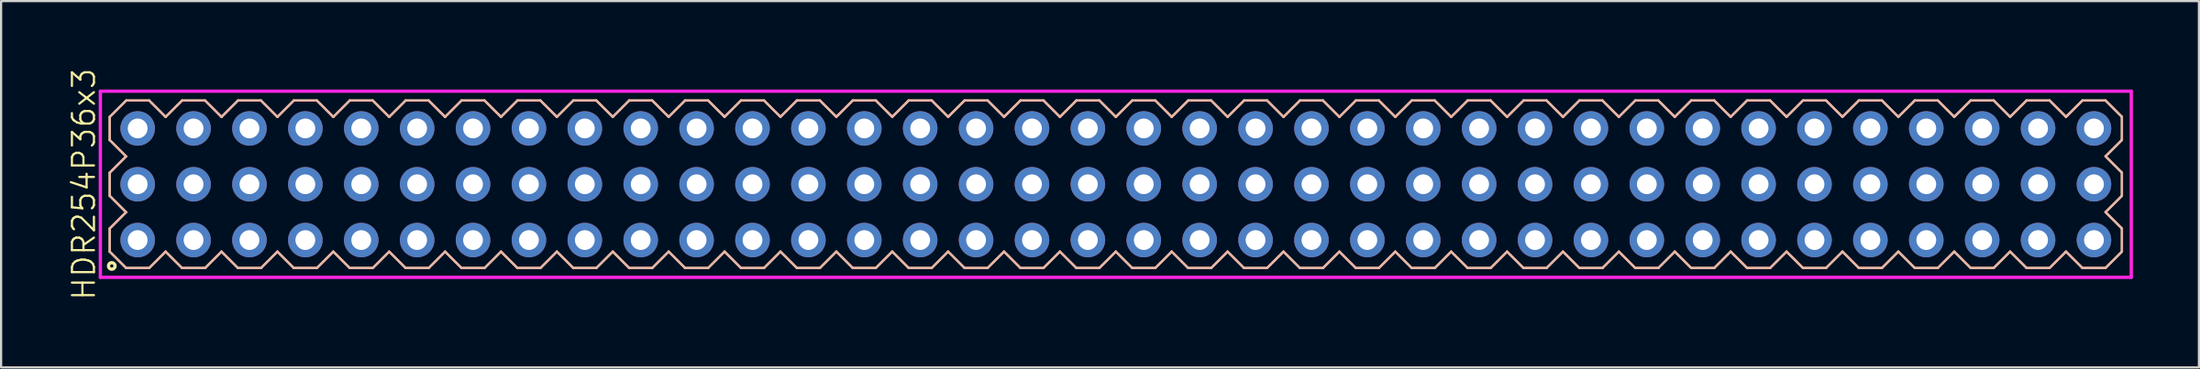
<source format=kicad_pcb>
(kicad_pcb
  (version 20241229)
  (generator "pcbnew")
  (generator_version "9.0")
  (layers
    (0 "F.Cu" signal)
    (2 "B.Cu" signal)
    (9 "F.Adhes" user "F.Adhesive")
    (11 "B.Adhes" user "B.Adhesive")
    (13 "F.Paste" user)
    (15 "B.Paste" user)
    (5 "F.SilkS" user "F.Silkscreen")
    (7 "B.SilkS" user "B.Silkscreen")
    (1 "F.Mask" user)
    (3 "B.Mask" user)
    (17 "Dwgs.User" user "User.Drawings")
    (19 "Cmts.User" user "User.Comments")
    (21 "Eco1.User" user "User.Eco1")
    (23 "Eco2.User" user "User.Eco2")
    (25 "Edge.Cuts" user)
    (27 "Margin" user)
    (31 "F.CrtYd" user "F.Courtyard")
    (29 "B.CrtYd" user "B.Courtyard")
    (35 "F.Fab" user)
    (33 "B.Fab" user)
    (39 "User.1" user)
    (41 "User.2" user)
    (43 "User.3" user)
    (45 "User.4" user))
  (footprint "HDR254P36x3"
    (layer "F.Cu")
    (at 47.656 5.336)
    (property "Reference" "HDR254P36x3" (at -46.895 0 90) (layer "F.SilkS") (effects (font (size 1 1) (thickness 0.1))))
    (attr through_hole)
    (fp_line (start -45.72 -3.066) (end -44.976 -3.81) (stroke (width 0.1) (type solid)) (layer "F.SilkS"))
    (fp_line (start -45.72 -2.014) (end -45.72 -3.066) (stroke (width 0.1) (type solid)) (layer "F.SilkS"))
    (fp_line (start -45.72 -0.526) (end -44.976 -1.27) (stroke (width 0.1) (type solid)) (layer "F.SilkS"))
    (fp_line (start -45.72 0.526) (end -45.72 -0.526) (stroke (width 0.1) (type solid)) (layer "F.SilkS"))
    (fp_line (start -45.72 2.014) (end -44.976 1.27) (stroke (width 0.1) (type solid)) (layer "F.SilkS"))
    (fp_line (start -45.72 3.066) (end -45.72 2.014) (stroke (width 0.1) (type solid)) (layer "F.SilkS"))
    (fp_line (start -44.976 -3.81) (end -43.924 -3.81) (stroke (width 0.1) (type solid)) (layer "F.SilkS"))
    (fp_line (start -44.976 -1.27) (end -45.72 -2.014) (stroke (width 0.1) (type solid)) (layer "F.SilkS"))
    (fp_line (start -44.976 1.27) (end -45.72 0.526) (stroke (width 0.1) (type solid)) (layer "F.SilkS"))
    (fp_line (start -44.976 3.81) (end -45.72 3.066) (stroke (width 0.1) (type solid)) (layer "F.SilkS"))
    (fp_line (start -43.924 -3.81) (end -43.18 -3.066) (stroke (width 0.1) (type solid)) (layer "F.SilkS"))
    (fp_line (start -43.924 3.81) (end -44.976 3.81) (stroke (width 0.1) (type solid)) (layer "F.SilkS"))
    (fp_line (start -43.18 -3.066) (end -42.436 -3.81) (stroke (width 0.1) (type solid)) (layer "F.SilkS"))
    (fp_line (start -43.18 3.066) (end -43.924 3.81) (stroke (width 0.1) (type solid)) (layer "F.SilkS"))
    (fp_line (start -42.436 -3.81) (end -41.384 -3.81) (stroke (width 0.1) (type solid)) (layer "F.SilkS"))
    (fp_line (start -42.436 3.81) (end -43.18 3.066) (stroke (width 0.1) (type solid)) (layer "F.SilkS"))
    (fp_line (start -41.384 -3.81) (end -40.64 -3.066) (stroke (width 0.1) (type solid)) (layer "F.SilkS"))
    (fp_line (start -41.384 3.81) (end -42.436 3.81) (stroke (width 0.1) (type solid)) (layer "F.SilkS"))
    (fp_line (start -40.64 -3.066) (end -39.896 -3.81) (stroke (width 0.1) (type solid)) (layer "F.SilkS"))
    (fp_line (start -40.64 3.066) (end -41.384 3.81) (stroke (width 0.1) (type solid)) (layer "F.SilkS"))
    (fp_line (start -39.896 -3.81) (end -38.844 -3.81) (stroke (width 0.1) (type solid)) (layer "F.SilkS"))
    (fp_line (start -39.896 3.81) (end -40.64 3.066) (stroke (width 0.1) (type solid)) (layer "F.SilkS"))
    (fp_line (start -38.844 -3.81) (end -38.1 -3.066) (stroke (width 0.1) (type solid)) (layer "F.SilkS"))
    (fp_line (start -38.844 3.81) (end -39.896 3.81) (stroke (width 0.1) (type solid)) (layer "F.SilkS"))
    (fp_line (start -38.1 -3.066) (end -37.356 -3.81) (stroke (width 0.1) (type solid)) (layer "F.SilkS"))
    (fp_line (start -38.1 3.066) (end -38.844 3.81) (stroke (width 0.1) (type solid)) (layer "F.SilkS"))
    (fp_line (start -37.356 -3.81) (end -36.304 -3.81) (stroke (width 0.1) (type solid)) (layer "F.SilkS"))
    (fp_line (start -37.356 3.81) (end -38.1 3.066) (stroke (width 0.1) (type solid)) (layer "F.SilkS"))
    (fp_line (start -36.304 -3.81) (end -35.56 -3.066) (stroke (width 0.1) (type solid)) (layer "F.SilkS"))
    (fp_line (start -36.304 3.81) (end -37.356 3.81) (stroke (width 0.1) (type solid)) (layer "F.SilkS"))
    (fp_line (start -35.56 -3.066) (end -34.816 -3.81) (stroke (width 0.1) (type solid)) (layer "F.SilkS"))
    (fp_line (start -35.56 3.066) (end -36.304 3.81) (stroke (width 0.1) (type solid)) (layer "F.SilkS"))
    (fp_line (start -34.816 -3.81) (end -33.764 -3.81) (stroke (width 0.1) (type solid)) (layer "F.SilkS"))
    (fp_line (start -34.816 3.81) (end -35.56 3.066) (stroke (width 0.1) (type solid)) (layer "F.SilkS"))
    (fp_line (start -33.764 -3.81) (end -33.02 -3.066) (stroke (width 0.1) (type solid)) (layer "F.SilkS"))
    (fp_line (start -33.764 3.81) (end -34.816 3.81) (stroke (width 0.1) (type solid)) (layer "F.SilkS"))
    (fp_line (start -33.02 -3.066) (end -32.276 -3.81) (stroke (width 0.1) (type solid)) (layer "F.SilkS"))
    (fp_line (start -33.02 3.066) (end -33.764 3.81) (stroke (width 0.1) (type solid)) (layer "F.SilkS"))
    (fp_line (start -32.276 -3.81) (end -31.224 -3.81) (stroke (width 0.1) (type solid)) (layer "F.SilkS"))
    (fp_line (start -32.276 3.81) (end -33.02 3.066) (stroke (width 0.1) (type solid)) (layer "F.SilkS"))
    (fp_line (start -31.224 -3.81) (end -30.48 -3.066) (stroke (width 0.1) (type solid)) (layer "F.SilkS"))
    (fp_line (start -31.224 3.81) (end -32.276 3.81) (stroke (width 0.1) (type solid)) (layer "F.SilkS"))
    (fp_line (start -30.48 -3.066) (end -29.736 -3.81) (stroke (width 0.1) (type solid)) (layer "F.SilkS"))
    (fp_line (start -30.48 3.066) (end -31.224 3.81) (stroke (width 0.1) (type solid)) (layer "F.SilkS"))
    (fp_line (start -29.736 -3.81) (end -28.684 -3.81) (stroke (width 0.1) (type solid)) (layer "F.SilkS"))
    (fp_line (start -29.736 3.81) (end -30.48 3.066) (stroke (width 0.1) (type solid)) (layer "F.SilkS"))
    (fp_line (start -28.684 -3.81) (end -27.94 -3.066) (stroke (width 0.1) (type solid)) (layer "F.SilkS"))
    (fp_line (start -28.684 3.81) (end -29.736 3.81) (stroke (width 0.1) (type solid)) (layer "F.SilkS"))
    (fp_line (start -27.94 -3.066) (end -27.196 -3.81) (stroke (width 0.1) (type solid)) (layer "F.SilkS"))
    (fp_line (start -27.94 3.066) (end -28.684 3.81) (stroke (width 0.1) (type solid)) (layer "F.SilkS"))
    (fp_line (start -27.196 -3.81) (end -26.144 -3.81) (stroke (width 0.1) (type solid)) (layer "F.SilkS"))
    (fp_line (start -27.196 3.81) (end -27.94 3.066) (stroke (width 0.1) (type solid)) (layer "F.SilkS"))
    (fp_line (start -26.144 -3.81) (end -25.4 -3.066) (stroke (width 0.1) (type solid)) (layer "F.SilkS"))
    (fp_line (start -26.144 3.81) (end -27.196 3.81) (stroke (width 0.1) (type solid)) (layer "F.SilkS"))
    (fp_line (start -25.4 -3.066) (end -24.656 -3.81) (stroke (width 0.1) (type solid)) (layer "F.SilkS"))
    (fp_line (start -25.4 3.066) (end -26.144 3.81) (stroke (width 0.1) (type solid)) (layer "F.SilkS"))
    (fp_line (start -24.656 -3.81) (end -23.604 -3.81) (stroke (width 0.1) (type solid)) (layer "F.SilkS"))
    (fp_line (start -24.656 3.81) (end -25.4 3.066) (stroke (width 0.1) (type solid)) (layer "F.SilkS"))
    (fp_line (start -23.604 -3.81) (end -22.86 -3.066) (stroke (width 0.1) (type solid)) (layer "F.SilkS"))
    (fp_line (start -23.604 3.81) (end -24.656 3.81) (stroke (width 0.1) (type solid)) (layer "F.SilkS"))
    (fp_line (start -22.86 -3.066) (end -22.116 -3.81) (stroke (width 0.1) (type solid)) (layer "F.SilkS"))
    (fp_line (start -22.86 3.066) (end -23.604 3.81) (stroke (width 0.1) (type solid)) (layer "F.SilkS"))
    (fp_line (start -22.116 -3.81) (end -21.064 -3.81) (stroke (width 0.1) (type solid)) (layer "F.SilkS"))
    (fp_line (start -22.116 3.81) (end -22.86 3.066) (stroke (width 0.1) (type solid)) (layer "F.SilkS"))
    (fp_line (start -21.064 -3.81) (end -20.32 -3.066) (stroke (width 0.1) (type solid)) (layer "F.SilkS"))
    (fp_line (start -21.064 3.81) (end -22.116 3.81) (stroke (width 0.1) (type solid)) (layer "F.SilkS"))
    (fp_line (start -20.32 -3.066) (end -19.576 -3.81) (stroke (width 0.1) (type solid)) (layer "F.SilkS"))
    (fp_line (start -20.32 3.066) (end -21.064 3.81) (stroke (width 0.1) (type solid)) (layer "F.SilkS"))
    (fp_line (start -19.576 -3.81) (end -18.524 -3.81) (stroke (width 0.1) (type solid)) (layer "F.SilkS"))
    (fp_line (start -19.576 3.81) (end -20.32 3.066) (stroke (width 0.1) (type solid)) (layer "F.SilkS"))
    (fp_line (start -18.524 -3.81) (end -17.78 -3.066) (stroke (width 0.1) (type solid)) (layer "F.SilkS"))
    (fp_line (start -18.524 3.81) (end -19.576 3.81) (stroke (width 0.1) (type solid)) (layer "F.SilkS"))
    (fp_line (start -17.78 -3.066) (end -17.036 -3.81) (stroke (width 0.1) (type solid)) (layer "F.SilkS"))
    (fp_line (start -17.78 3.066) (end -18.524 3.81) (stroke (width 0.1) (type solid)) (layer "F.SilkS"))
    (fp_line (start -17.036 -3.81) (end -15.984 -3.81) (stroke (width 0.1) (type solid)) (layer "F.SilkS"))
    (fp_line (start -17.036 3.81) (end -17.78 3.066) (stroke (width 0.1) (type solid)) (layer "F.SilkS"))
    (fp_line (start -15.984 -3.81) (end -15.24 -3.066) (stroke (width 0.1) (type solid)) (layer "F.SilkS"))
    (fp_line (start -15.984 3.81) (end -17.036 3.81) (stroke (width 0.1) (type solid)) (layer "F.SilkS"))
    (fp_line (start -15.24 -3.066) (end -14.496 -3.81) (stroke (width 0.1) (type solid)) (layer "F.SilkS"))
    (fp_line (start -15.24 3.066) (end -15.984 3.81) (stroke (width 0.1) (type solid)) (layer "F.SilkS"))
    (fp_line (start -14.496 -3.81) (end -13.444 -3.81) (stroke (width 0.1) (type solid)) (layer "F.SilkS"))
    (fp_line (start -14.496 3.81) (end -15.24 3.066) (stroke (width 0.1) (type solid)) (layer "F.SilkS"))
    (fp_line (start -13.444 -3.81) (end -12.7 -3.066) (stroke (width 0.1) (type solid)) (layer "F.SilkS"))
    (fp_line (start -13.444 3.81) (end -14.496 3.81) (stroke (width 0.1) (type solid)) (layer "F.SilkS"))
    (fp_line (start -12.7 -3.066) (end -11.956 -3.81) (stroke (width 0.1) (type solid)) (layer "F.SilkS"))
    (fp_line (start -12.7 3.066) (end -13.444 3.81) (stroke (width 0.1) (type solid)) (layer "F.SilkS"))
    (fp_line (start -11.956 -3.81) (end -10.904 -3.81) (stroke (width 0.1) (type solid)) (layer "F.SilkS"))
    (fp_line (start -11.956 3.81) (end -12.7 3.066) (stroke (width 0.1) (type solid)) (layer "F.SilkS"))
    (fp_line (start -10.904 -3.81) (end -10.16 -3.066) (stroke (width 0.1) (type solid)) (layer "F.SilkS"))
    (fp_line (start -10.904 3.81) (end -11.956 3.81) (stroke (width 0.1) (type solid)) (layer "F.SilkS"))
    (fp_line (start -10.16 -3.066) (end -9.416 -3.81) (stroke (width 0.1) (type solid)) (layer "F.SilkS"))
    (fp_line (start -10.16 3.066) (end -10.904 3.81) (stroke (width 0.1) (type solid)) (layer "F.SilkS"))
    (fp_line (start -9.416 -3.81) (end -8.364 -3.81) (stroke (width 0.1) (type solid)) (layer "F.SilkS"))
    (fp_line (start -9.416 3.81) (end -10.16 3.066) (stroke (width 0.1) (type solid)) (layer "F.SilkS"))
    (fp_line (start -8.364 -3.81) (end -7.62 -3.066) (stroke (width 0.1) (type solid)) (layer "F.SilkS"))
    (fp_line (start -8.364 3.81) (end -9.416 3.81) (stroke (width 0.1) (type solid)) (layer "F.SilkS"))
    (fp_line (start -7.62 -3.066) (end -6.876 -3.81) (stroke (width 0.1) (type solid)) (layer "F.SilkS"))
    (fp_line (start -7.62 3.066) (end -8.364 3.81) (stroke (width 0.1) (type solid)) (layer "F.SilkS"))
    (fp_line (start -6.876 -3.81) (end -5.824 -3.81) (stroke (width 0.1) (type solid)) (layer "F.SilkS"))
    (fp_line (start -6.876 3.81) (end -7.62 3.066) (stroke (width 0.1) (type solid)) (layer "F.SilkS"))
    (fp_line (start -5.824 -3.81) (end -5.08 -3.066) (stroke (width 0.1) (type solid)) (layer "F.SilkS"))
    (fp_line (start -5.824 3.81) (end -6.876 3.81) (stroke (width 0.1) (type solid)) (layer "F.SilkS"))
    (fp_line (start -5.08 -3.066) (end -4.336 -3.81) (stroke (width 0.1) (type solid)) (layer "F.SilkS"))
    (fp_line (start -5.08 3.066) (end -5.824 3.81) (stroke (width 0.1) (type solid)) (layer "F.SilkS"))
    (fp_line (start -4.336 -3.81) (end -3.284 -3.81) (stroke (width 0.1) (type solid)) (layer "F.SilkS"))
    (fp_line (start -4.336 3.81) (end -5.08 3.066) (stroke (width 0.1) (type solid)) (layer "F.SilkS"))
    (fp_line (start -3.284 -3.81) (end -2.54 -3.066) (stroke (width 0.1) (type solid)) (layer "F.SilkS"))
    (fp_line (start -3.284 3.81) (end -4.336 3.81) (stroke (width 0.1) (type solid)) (layer "F.SilkS"))
    (fp_line (start -2.54 -3.066) (end -1.796 -3.81) (stroke (width 0.1) (type solid)) (layer "F.SilkS"))
    (fp_line (start -2.54 3.066) (end -3.284 3.81) (stroke (width 0.1) (type solid)) (layer "F.SilkS"))
    (fp_line (start -1.796 -3.81) (end -0.744 -3.81) (stroke (width 0.1) (type solid)) (layer "F.SilkS"))
    (fp_line (start -1.796 3.81) (end -2.54 3.066) (stroke (width 0.1) (type solid)) (layer "F.SilkS"))
    (fp_line (start -0.744 -3.81) (end 0 -3.066) (stroke (width 0.1) (type solid)) (layer "F.SilkS"))
    (fp_line (start -0.744 3.81) (end -1.796 3.81) (stroke (width 0.1) (type solid)) (layer "F.SilkS"))
    (fp_line (start 0 -3.066) (end 0.744 -3.81) (stroke (width 0.1) (type solid)) (layer "F.SilkS"))
    (fp_line (start 0 3.066) (end -0.744 3.81) (stroke (width 0.1) (type solid)) (layer "F.SilkS"))
    (fp_line (start 0.744 -3.81) (end 1.796 -3.81) (stroke (width 0.1) (type solid)) (layer "F.SilkS"))
    (fp_line (start 0.744 3.81) (end 0 3.066) (stroke (width 0.1) (type solid)) (layer "F.SilkS"))
    (fp_line (start 1.796 -3.81) (end 2.54 -3.066) (stroke (width 0.1) (type solid)) (layer "F.SilkS"))
    (fp_line (start 1.796 3.81) (end 0.744 3.81) (stroke (width 0.1) (type solid)) (layer "F.SilkS"))
    (fp_line (start 2.54 -3.066) (end 3.284 -3.81) (stroke (width 0.1) (type solid)) (layer "F.SilkS"))
    (fp_line (start 2.54 3.066) (end 1.796 3.81) (stroke (width 0.1) (type solid)) (layer "F.SilkS"))
    (fp_line (start 3.284 -3.81) (end 4.336 -3.81) (stroke (width 0.1) (type solid)) (layer "F.SilkS"))
    (fp_line (start 3.284 3.81) (end 2.54 3.066) (stroke (width 0.1) (type solid)) (layer "F.SilkS"))
    (fp_line (start 4.336 -3.81) (end 5.08 -3.066) (stroke (width 0.1) (type solid)) (layer "F.SilkS"))
    (fp_line (start 4.336 3.81) (end 3.284 3.81) (stroke (width 0.1) (type solid)) (layer "F.SilkS"))
    (fp_line (start 5.08 -3.066) (end 5.824 -3.81) (stroke (width 0.1) (type solid)) (layer "F.SilkS"))
    (fp_line (start 5.08 3.066) (end 4.336 3.81) (stroke (width 0.1) (type solid)) (layer "F.SilkS"))
    (fp_line (start 5.824 -3.81) (end 6.876 -3.81) (stroke (width 0.1) (type solid)) (layer "F.SilkS"))
    (fp_line (start 5.824 3.81) (end 5.08 3.066) (stroke (width 0.1) (type solid)) (layer "F.SilkS"))
    (fp_line (start 6.876 -3.81) (end 7.62 -3.066) (stroke (width 0.1) (type solid)) (layer "F.SilkS"))
    (fp_line (start 6.876 3.81) (end 5.824 3.81) (stroke (width 0.1) (type solid)) (layer "F.SilkS"))
    (fp_line (start 7.62 -3.066) (end 8.364 -3.81) (stroke (width 0.1) (type solid)) (layer "F.SilkS"))
    (fp_line (start 7.62 3.066) (end 6.876 3.81) (stroke (width 0.1) (type solid)) (layer "F.SilkS"))
    (fp_line (start 8.364 -3.81) (end 9.416 -3.81) (stroke (width 0.1) (type solid)) (layer "F.SilkS"))
    (fp_line (start 8.364 3.81) (end 7.62 3.066) (stroke (width 0.1) (type solid)) (layer "F.SilkS"))
    (fp_line (start 9.416 -3.81) (end 10.16 -3.066) (stroke (width 0.1) (type solid)) (layer "F.SilkS"))
    (fp_line (start 9.416 3.81) (end 8.364 3.81) (stroke (width 0.1) (type solid)) (layer "F.SilkS"))
    (fp_line (start 10.16 -3.066) (end 10.904 -3.81) (stroke (width 0.1) (type solid)) (layer "F.SilkS"))
    (fp_line (start 10.16 3.066) (end 9.416 3.81) (stroke (width 0.1) (type solid)) (layer "F.SilkS"))
    (fp_line (start 10.904 -3.81) (end 11.956 -3.81) (stroke (width 0.1) (type solid)) (layer "F.SilkS"))
    (fp_line (start 10.904 3.81) (end 10.16 3.066) (stroke (width 0.1) (type solid)) (layer "F.SilkS"))
    (fp_line (start 11.956 -3.81) (end 12.7 -3.066) (stroke (width 0.1) (type solid)) (layer "F.SilkS"))
    (fp_line (start 11.956 3.81) (end 10.904 3.81) (stroke (width 0.1) (type solid)) (layer "F.SilkS"))
    (fp_line (start 12.7 -3.066) (end 13.444 -3.81) (stroke (width 0.1) (type solid)) (layer "F.SilkS"))
    (fp_line (start 12.7 3.066) (end 11.956 3.81) (stroke (width 0.1) (type solid)) (layer "F.SilkS"))
    (fp_line (start 13.444 -3.81) (end 14.496 -3.81) (stroke (width 0.1) (type solid)) (layer "F.SilkS"))
    (fp_line (start 13.444 3.81) (end 12.7 3.066) (stroke (width 0.1) (type solid)) (layer "F.SilkS"))
    (fp_line (start 14.496 -3.81) (end 15.24 -3.066) (stroke (width 0.1) (type solid)) (layer "F.SilkS"))
    (fp_line (start 14.496 3.81) (end 13.444 3.81) (stroke (width 0.1) (type solid)) (layer "F.SilkS"))
    (fp_line (start 15.24 -3.066) (end 15.984 -3.81) (stroke (width 0.1) (type solid)) (layer "F.SilkS"))
    (fp_line (start 15.24 3.066) (end 14.496 3.81) (stroke (width 0.1) (type solid)) (layer "F.SilkS"))
    (fp_line (start 15.984 -3.81) (end 17.036 -3.81) (stroke (width 0.1) (type solid)) (layer "F.SilkS"))
    (fp_line (start 15.984 3.81) (end 15.24 3.066) (stroke (width 0.1) (type solid)) (layer "F.SilkS"))
    (fp_line (start 17.036 -3.81) (end 17.78 -3.066) (stroke (width 0.1) (type solid)) (layer "F.SilkS"))
    (fp_line (start 17.036 3.81) (end 15.984 3.81) (stroke (width 0.1) (type solid)) (layer "F.SilkS"))
    (fp_line (start 17.78 -3.066) (end 18.524 -3.81) (stroke (width 0.1) (type solid)) (layer "F.SilkS"))
    (fp_line (start 17.78 3.066) (end 17.036 3.81) (stroke (width 0.1) (type solid)) (layer "F.SilkS"))
    (fp_line (start 18.524 -3.81) (end 19.576 -3.81) (stroke (width 0.1) (type solid)) (layer "F.SilkS"))
    (fp_line (start 18.524 3.81) (end 17.78 3.066) (stroke (width 0.1) (type solid)) (layer "F.SilkS"))
    (fp_line (start 19.576 -3.81) (end 20.32 -3.066) (stroke (width 0.1) (type solid)) (layer "F.SilkS"))
    (fp_line (start 19.576 3.81) (end 18.524 3.81) (stroke (width 0.1) (type solid)) (layer "F.SilkS"))
    (fp_line (start 20.32 -3.066) (end 21.064 -3.81) (stroke (width 0.1) (type solid)) (layer "F.SilkS"))
    (fp_line (start 20.32 3.066) (end 19.576 3.81) (stroke (width 0.1) (type solid)) (layer "F.SilkS"))
    (fp_line (start 21.064 -3.81) (end 22.116 -3.81) (stroke (width 0.1) (type solid)) (layer "F.SilkS"))
    (fp_line (start 21.064 3.81) (end 20.32 3.066) (stroke (width 0.1) (type solid)) (layer "F.SilkS"))
    (fp_line (start 22.116 -3.81) (end 22.86 -3.066) (stroke (width 0.1) (type solid)) (layer "F.SilkS"))
    (fp_line (start 22.116 3.81) (end 21.064 3.81) (stroke (width 0.1) (type solid)) (layer "F.SilkS"))
    (fp_line (start 22.86 -3.066) (end 23.604 -3.81) (stroke (width 0.1) (type solid)) (layer "F.SilkS"))
    (fp_line (start 22.86 3.066) (end 22.116 3.81) (stroke (width 0.1) (type solid)) (layer "F.SilkS"))
    (fp_line (start 23.604 -3.81) (end 24.656 -3.81) (stroke (width 0.1) (type solid)) (layer "F.SilkS"))
    (fp_line (start 23.604 3.81) (end 22.86 3.066) (stroke (width 0.1) (type solid)) (layer "F.SilkS"))
    (fp_line (start 24.656 -3.81) (end 25.4 -3.066) (stroke (width 0.1) (type solid)) (layer "F.SilkS"))
    (fp_line (start 24.656 3.81) (end 23.604 3.81) (stroke (width 0.1) (type solid)) (layer "F.SilkS"))
    (fp_line (start 25.4 -3.066) (end 26.144 -3.81) (stroke (width 0.1) (type solid)) (layer "F.SilkS"))
    (fp_line (start 25.4 3.066) (end 24.656 3.81) (stroke (width 0.1) (type solid)) (layer "F.SilkS"))
    (fp_line (start 26.144 -3.81) (end 27.196 -3.81) (stroke (width 0.1) (type solid)) (layer "F.SilkS"))
    (fp_line (start 26.144 3.81) (end 25.4 3.066) (stroke (width 0.1) (type solid)) (layer "F.SilkS"))
    (fp_line (start 27.196 -3.81) (end 27.94 -3.066) (stroke (width 0.1) (type solid)) (layer "F.SilkS"))
    (fp_line (start 27.196 3.81) (end 26.144 3.81) (stroke (width 0.1) (type solid)) (layer "F.SilkS"))
    (fp_line (start 27.94 -3.066) (end 28.684 -3.81) (stroke (width 0.1) (type solid)) (layer "F.SilkS"))
    (fp_line (start 27.94 3.066) (end 27.196 3.81) (stroke (width 0.1) (type solid)) (layer "F.SilkS"))
    (fp_line (start 28.684 -3.81) (end 29.736 -3.81) (stroke (width 0.1) (type solid)) (layer "F.SilkS"))
    (fp_line (start 28.684 3.81) (end 27.94 3.066) (stroke (width 0.1) (type solid)) (layer "F.SilkS"))
    (fp_line (start 29.736 -3.81) (end 30.48 -3.066) (stroke (width 0.1) (type solid)) (layer "F.SilkS"))
    (fp_line (start 29.736 3.81) (end 28.684 3.81) (stroke (width 0.1) (type solid)) (layer "F.SilkS"))
    (fp_line (start 30.48 -3.066) (end 31.224 -3.81) (stroke (width 0.1) (type solid)) (layer "F.SilkS"))
    (fp_line (start 30.48 3.066) (end 29.736 3.81) (stroke (width 0.1) (type solid)) (layer "F.SilkS"))
    (fp_line (start 31.224 -3.81) (end 32.276 -3.81) (stroke (width 0.1) (type solid)) (layer "F.SilkS"))
    (fp_line (start 31.224 3.81) (end 30.48 3.066) (stroke (width 0.1) (type solid)) (layer "F.SilkS"))
    (fp_line (start 32.276 -3.81) (end 33.02 -3.066) (stroke (width 0.1) (type solid)) (layer "F.SilkS"))
    (fp_line (start 32.276 3.81) (end 31.224 3.81) (stroke (width 0.1) (type solid)) (layer "F.SilkS"))
    (fp_line (start 33.02 -3.066) (end 33.764 -3.81) (stroke (width 0.1) (type solid)) (layer "F.SilkS"))
    (fp_line (start 33.02 3.066) (end 32.276 3.81) (stroke (width 0.1) (type solid)) (layer "F.SilkS"))
    (fp_line (start 33.764 -3.81) (end 34.816 -3.81) (stroke (width 0.1) (type solid)) (layer "F.SilkS"))
    (fp_line (start 33.764 3.81) (end 33.02 3.066) (stroke (width 0.1) (type solid)) (layer "F.SilkS"))
    (fp_line (start 34.816 -3.81) (end 35.56 -3.066) (stroke (width 0.1) (type solid)) (layer "F.SilkS"))
    (fp_line (start 34.816 3.81) (end 33.764 3.81) (stroke (width 0.1) (type solid)) (layer "F.SilkS"))
    (fp_line (start 35.56 -3.066) (end 36.304 -3.81) (stroke (width 0.1) (type solid)) (layer "F.SilkS"))
    (fp_line (start 35.56 3.066) (end 34.816 3.81) (stroke (width 0.1) (type solid)) (layer "F.SilkS"))
    (fp_line (start 36.304 -3.81) (end 37.356 -3.81) (stroke (width 0.1) (type solid)) (layer "F.SilkS"))
    (fp_line (start 36.304 3.81) (end 35.56 3.066) (stroke (width 0.1) (type solid)) (layer "F.SilkS"))
    (fp_line (start 37.356 -3.81) (end 38.1 -3.066) (stroke (width 0.1) (type solid)) (layer "F.SilkS"))
    (fp_line (start 37.356 3.81) (end 36.304 3.81) (stroke (width 0.1) (type solid)) (layer "F.SilkS"))
    (fp_line (start 38.1 -3.066) (end 38.844 -3.81) (stroke (width 0.1) (type solid)) (layer "F.SilkS"))
    (fp_line (start 38.1 3.066) (end 37.356 3.81) (stroke (width 0.1) (type solid)) (layer "F.SilkS"))
    (fp_line (start 38.844 -3.81) (end 39.896 -3.81) (stroke (width 0.1) (type solid)) (layer "F.SilkS"))
    (fp_line (start 38.844 3.81) (end 38.1 3.066) (stroke (width 0.1) (type solid)) (layer "F.SilkS"))
    (fp_line (start 39.896 -3.81) (end 40.64 -3.066) (stroke (width 0.1) (type solid)) (layer "F.SilkS"))
    (fp_line (start 39.896 3.81) (end 38.844 3.81) (stroke (width 0.1) (type solid)) (layer "F.SilkS"))
    (fp_line (start 40.64 -3.066) (end 41.384 -3.81) (stroke (width 0.1) (type solid)) (layer "F.SilkS"))
    (fp_line (start 40.64 3.066) (end 39.896 3.81) (stroke (width 0.1) (type solid)) (layer "F.SilkS"))
    (fp_line (start 41.384 -3.81) (end 42.436 -3.81) (stroke (width 0.1) (type solid)) (layer "F.SilkS"))
    (fp_line (start 41.384 3.81) (end 40.64 3.066) (stroke (width 0.1) (type solid)) (layer "F.SilkS"))
    (fp_line (start 42.436 -3.81) (end 43.18 -3.066) (stroke (width 0.1) (type solid)) (layer "F.SilkS"))
    (fp_line (start 42.436 3.81) (end 41.384 3.81) (stroke (width 0.1) (type solid)) (layer "F.SilkS"))
    (fp_line (start 43.18 -3.066) (end 43.924 -3.81) (stroke (width 0.1) (type solid)) (layer "F.SilkS"))
    (fp_line (start 43.18 3.066) (end 42.436 3.81) (stroke (width 0.1) (type solid)) (layer "F.SilkS"))
    (fp_line (start 43.924 -3.81) (end 44.976 -3.81) (stroke (width 0.1) (type solid)) (layer "F.SilkS"))
    (fp_line (start 43.924 3.81) (end 43.18 3.066) (stroke (width 0.1) (type solid)) (layer "F.SilkS"))
    (fp_line (start 44.976 -3.81) (end 45.72 -3.066) (stroke (width 0.1) (type solid)) (layer "F.SilkS"))
    (fp_line (start 44.976 -1.27) (end 45.72 -0.526) (stroke (width 0.1) (type solid)) (layer "F.SilkS"))
    (fp_line (start 44.976 1.27) (end 45.72 2.014) (stroke (width 0.1) (type solid)) (layer "F.SilkS"))
    (fp_line (start 44.976 3.81) (end 43.924 3.81) (stroke (width 0.1) (type solid)) (layer "F.SilkS"))
    (fp_line (start 45.72 -3.066) (end 45.72 -2.014) (stroke (width 0.1) (type solid)) (layer "F.SilkS"))
    (fp_line (start 45.72 -2.014) (end 44.976 -1.27) (stroke (width 0.1) (type solid)) (layer "F.SilkS"))
    (fp_line (start 45.72 -0.526) (end 45.72 0.526) (stroke (width 0.1) (type solid)) (layer "F.SilkS"))
    (fp_line (start 45.72 0.526) (end 44.976 1.27) (stroke (width 0.1) (type solid)) (layer "F.SilkS"))
    (fp_line (start 45.72 2.014) (end 45.72 3.066) (stroke (width 0.1) (type solid)) (layer "F.SilkS"))
    (fp_line (start 45.72 3.066) (end 44.976 3.81) (stroke (width 0.1) (type solid)) (layer "F.SilkS"))
    (fp_circle (center -45.627 3.718) (end -45.477 3.718) (stroke (width 0.15) (type solid)) (fill no) (layer "F.SilkS"))
    (fp_line (start -45.72 -3.066) (end -44.976 -3.81) (stroke (width 0.1) (type solid)) (layer "B.SilkS"))
    (fp_line (start -45.72 -2.014) (end -45.72 -3.066) (stroke (width 0.1) (type solid)) (layer "B.SilkS"))
    (fp_line (start -45.72 -0.526) (end -44.976 -1.27) (stroke (width 0.1) (type solid)) (layer "B.SilkS"))
    (fp_line (start -45.72 0.526) (end -45.72 -0.526) (stroke (width 0.1) (type solid)) (layer "B.SilkS"))
    (fp_line (start -45.72 2.014) (end -44.976 1.27) (stroke (width 0.1) (type solid)) (layer "B.SilkS"))
    (fp_line (start -45.72 3.066) (end -45.72 2.014) (stroke (width 0.1) (type solid)) (layer "B.SilkS"))
    (fp_line (start -44.976 -3.81) (end -43.924 -3.81) (stroke (width 0.1) (type solid)) (layer "B.SilkS"))
    (fp_line (start -44.976 -1.27) (end -45.72 -2.014) (stroke (width 0.1) (type solid)) (layer "B.SilkS"))
    (fp_line (start -44.976 1.27) (end -45.72 0.526) (stroke (width 0.1) (type solid)) (layer "B.SilkS"))
    (fp_line (start -44.976 3.81) (end -45.72 3.066) (stroke (width 0.1) (type solid)) (layer "B.SilkS"))
    (fp_line (start -43.924 -3.81) (end -43.18 -3.066) (stroke (width 0.1) (type solid)) (layer "B.SilkS"))
    (fp_line (start -43.924 3.81) (end -44.976 3.81) (stroke (width 0.1) (type solid)) (layer "B.SilkS"))
    (fp_line (start -43.18 -3.066) (end -42.436 -3.81) (stroke (width 0.1) (type solid)) (layer "B.SilkS"))
    (fp_line (start -43.18 3.066) (end -43.924 3.81) (stroke (width 0.1) (type solid)) (layer "B.SilkS"))
    (fp_line (start -42.436 -3.81) (end -41.384 -3.81) (stroke (width 0.1) (type solid)) (layer "B.SilkS"))
    (fp_line (start -42.436 3.81) (end -43.18 3.066) (stroke (width 0.1) (type solid)) (layer "B.SilkS"))
    (fp_line (start -41.384 -3.81) (end -40.64 -3.066) (stroke (width 0.1) (type solid)) (layer "B.SilkS"))
    (fp_line (start -41.384 3.81) (end -42.436 3.81) (stroke (width 0.1) (type solid)) (layer "B.SilkS"))
    (fp_line (start -40.64 -3.066) (end -39.896 -3.81) (stroke (width 0.1) (type solid)) (layer "B.SilkS"))
    (fp_line (start -40.64 3.066) (end -41.384 3.81) (stroke (width 0.1) (type solid)) (layer "B.SilkS"))
    (fp_line (start -39.896 -3.81) (end -38.844 -3.81) (stroke (width 0.1) (type solid)) (layer "B.SilkS"))
    (fp_line (start -39.896 3.81) (end -40.64 3.066) (stroke (width 0.1) (type solid)) (layer "B.SilkS"))
    (fp_line (start -38.844 -3.81) (end -38.1 -3.066) (stroke (width 0.1) (type solid)) (layer "B.SilkS"))
    (fp_line (start -38.844 3.81) (end -39.896 3.81) (stroke (width 0.1) (type solid)) (layer "B.SilkS"))
    (fp_line (start -38.1 -3.066) (end -37.356 -3.81) (stroke (width 0.1) (type solid)) (layer "B.SilkS"))
    (fp_line (start -38.1 3.066) (end -38.844 3.81) (stroke (width 0.1) (type solid)) (layer "B.SilkS"))
    (fp_line (start -37.356 -3.81) (end -36.304 -3.81) (stroke (width 0.1) (type solid)) (layer "B.SilkS"))
    (fp_line (start -37.356 3.81) (end -38.1 3.066) (stroke (width 0.1) (type solid)) (layer "B.SilkS"))
    (fp_line (start -36.304 -3.81) (end -35.56 -3.066) (stroke (width 0.1) (type solid)) (layer "B.SilkS"))
    (fp_line (start -36.304 3.81) (end -37.356 3.81) (stroke (width 0.1) (type solid)) (layer "B.SilkS"))
    (fp_line (start -35.56 -3.066) (end -34.816 -3.81) (stroke (width 0.1) (type solid)) (layer "B.SilkS"))
    (fp_line (start -35.56 3.066) (end -36.304 3.81) (stroke (width 0.1) (type solid)) (layer "B.SilkS"))
    (fp_line (start -34.816 -3.81) (end -33.764 -3.81) (stroke (width 0.1) (type solid)) (layer "B.SilkS"))
    (fp_line (start -34.816 3.81) (end -35.56 3.066) (stroke (width 0.1) (type solid)) (layer "B.SilkS"))
    (fp_line (start -33.764 -3.81) (end -33.02 -3.066) (stroke (width 0.1) (type solid)) (layer "B.SilkS"))
    (fp_line (start -33.764 3.81) (end -34.816 3.81) (stroke (width 0.1) (type solid)) (layer "B.SilkS"))
    (fp_line (start -33.02 -3.066) (end -32.276 -3.81) (stroke (width 0.1) (type solid)) (layer "B.SilkS"))
    (fp_line (start -33.02 3.066) (end -33.764 3.81) (stroke (width 0.1) (type solid)) (layer "B.SilkS"))
    (fp_line (start -32.276 -3.81) (end -31.224 -3.81) (stroke (width 0.1) (type solid)) (layer "B.SilkS"))
    (fp_line (start -32.276 3.81) (end -33.02 3.066) (stroke (width 0.1) (type solid)) (layer "B.SilkS"))
    (fp_line (start -31.224 -3.81) (end -30.48 -3.066) (stroke (width 0.1) (type solid)) (layer "B.SilkS"))
    (fp_line (start -31.224 3.81) (end -32.276 3.81) (stroke (width 0.1) (type solid)) (layer "B.SilkS"))
    (fp_line (start -30.48 -3.066) (end -29.736 -3.81) (stroke (width 0.1) (type solid)) (layer "B.SilkS"))
    (fp_line (start -30.48 3.066) (end -31.224 3.81) (stroke (width 0.1) (type solid)) (layer "B.SilkS"))
    (fp_line (start -29.736 -3.81) (end -28.684 -3.81) (stroke (width 0.1) (type solid)) (layer "B.SilkS"))
    (fp_line (start -29.736 3.81) (end -30.48 3.066) (stroke (width 0.1) (type solid)) (layer "B.SilkS"))
    (fp_line (start -28.684 -3.81) (end -27.94 -3.066) (stroke (width 0.1) (type solid)) (layer "B.SilkS"))
    (fp_line (start -28.684 3.81) (end -29.736 3.81) (stroke (width 0.1) (type solid)) (layer "B.SilkS"))
    (fp_line (start -27.94 -3.066) (end -27.196 -3.81) (stroke (width 0.1) (type solid)) (layer "B.SilkS"))
    (fp_line (start -27.94 3.066) (end -28.684 3.81) (stroke (width 0.1) (type solid)) (layer "B.SilkS"))
    (fp_line (start -27.196 -3.81) (end -26.144 -3.81) (stroke (width 0.1) (type solid)) (layer "B.SilkS"))
    (fp_line (start -27.196 3.81) (end -27.94 3.066) (stroke (width 0.1) (type solid)) (layer "B.SilkS"))
    (fp_line (start -26.144 -3.81) (end -25.4 -3.066) (stroke (width 0.1) (type solid)) (layer "B.SilkS"))
    (fp_line (start -26.144 3.81) (end -27.196 3.81) (stroke (width 0.1) (type solid)) (layer "B.SilkS"))
    (fp_line (start -25.4 -3.066) (end -24.656 -3.81) (stroke (width 0.1) (type solid)) (layer "B.SilkS"))
    (fp_line (start -25.4 3.066) (end -26.144 3.81) (stroke (width 0.1) (type solid)) (layer "B.SilkS"))
    (fp_line (start -24.656 -3.81) (end -23.604 -3.81) (stroke (width 0.1) (type solid)) (layer "B.SilkS"))
    (fp_line (start -24.656 3.81) (end -25.4 3.066) (stroke (width 0.1) (type solid)) (layer "B.SilkS"))
    (fp_line (start -23.604 -3.81) (end -22.86 -3.066) (stroke (width 0.1) (type solid)) (layer "B.SilkS"))
    (fp_line (start -23.604 3.81) (end -24.656 3.81) (stroke (width 0.1) (type solid)) (layer "B.SilkS"))
    (fp_line (start -22.86 -3.066) (end -22.116 -3.81) (stroke (width 0.1) (type solid)) (layer "B.SilkS"))
    (fp_line (start -22.86 3.066) (end -23.604 3.81) (stroke (width 0.1) (type solid)) (layer "B.SilkS"))
    (fp_line (start -22.116 -3.81) (end -21.064 -3.81) (stroke (width 0.1) (type solid)) (layer "B.SilkS"))
    (fp_line (start -22.116 3.81) (end -22.86 3.066) (stroke (width 0.1) (type solid)) (layer "B.SilkS"))
    (fp_line (start -21.064 -3.81) (end -20.32 -3.066) (stroke (width 0.1) (type solid)) (layer "B.SilkS"))
    (fp_line (start -21.064 3.81) (end -22.116 3.81) (stroke (width 0.1) (type solid)) (layer "B.SilkS"))
    (fp_line (start -20.32 -3.066) (end -19.576 -3.81) (stroke (width 0.1) (type solid)) (layer "B.SilkS"))
    (fp_line (start -20.32 3.066) (end -21.064 3.81) (stroke (width 0.1) (type solid)) (layer "B.SilkS"))
    (fp_line (start -19.576 -3.81) (end -18.524 -3.81) (stroke (width 0.1) (type solid)) (layer "B.SilkS"))
    (fp_line (start -19.576 3.81) (end -20.32 3.066) (stroke (width 0.1) (type solid)) (layer "B.SilkS"))
    (fp_line (start -18.524 -3.81) (end -17.78 -3.066) (stroke (width 0.1) (type solid)) (layer "B.SilkS"))
    (fp_line (start -18.524 3.81) (end -19.576 3.81) (stroke (width 0.1) (type solid)) (layer "B.SilkS"))
    (fp_line (start -17.78 -3.066) (end -17.036 -3.81) (stroke (width 0.1) (type solid)) (layer "B.SilkS"))
    (fp_line (start -17.78 3.066) (end -18.524 3.81) (stroke (width 0.1) (type solid)) (layer "B.SilkS"))
    (fp_line (start -17.036 -3.81) (end -15.984 -3.81) (stroke (width 0.1) (type solid)) (layer "B.SilkS"))
    (fp_line (start -17.036 3.81) (end -17.78 3.066) (stroke (width 0.1) (type solid)) (layer "B.SilkS"))
    (fp_line (start -15.984 -3.81) (end -15.24 -3.066) (stroke (width 0.1) (type solid)) (layer "B.SilkS"))
    (fp_line (start -15.984 3.81) (end -17.036 3.81) (stroke (width 0.1) (type solid)) (layer "B.SilkS"))
    (fp_line (start -15.24 -3.066) (end -14.496 -3.81) (stroke (width 0.1) (type solid)) (layer "B.SilkS"))
    (fp_line (start -15.24 3.066) (end -15.984 3.81) (stroke (width 0.1) (type solid)) (layer "B.SilkS"))
    (fp_line (start -14.496 -3.81) (end -13.444 -3.81) (stroke (width 0.1) (type solid)) (layer "B.SilkS"))
    (fp_line (start -14.496 3.81) (end -15.24 3.066) (stroke (width 0.1) (type solid)) (layer "B.SilkS"))
    (fp_line (start -13.444 -3.81) (end -12.7 -3.066) (stroke (width 0.1) (type solid)) (layer "B.SilkS"))
    (fp_line (start -13.444 3.81) (end -14.496 3.81) (stroke (width 0.1) (type solid)) (layer "B.SilkS"))
    (fp_line (start -12.7 -3.066) (end -11.956 -3.81) (stroke (width 0.1) (type solid)) (layer "B.SilkS"))
    (fp_line (start -12.7 3.066) (end -13.444 3.81) (stroke (width 0.1) (type solid)) (layer "B.SilkS"))
    (fp_line (start -11.956 -3.81) (end -10.904 -3.81) (stroke (width 0.1) (type solid)) (layer "B.SilkS"))
    (fp_line (start -11.956 3.81) (end -12.7 3.066) (stroke (width 0.1) (type solid)) (layer "B.SilkS"))
    (fp_line (start -10.904 -3.81) (end -10.16 -3.066) (stroke (width 0.1) (type solid)) (layer "B.SilkS"))
    (fp_line (start -10.904 3.81) (end -11.956 3.81) (stroke (width 0.1) (type solid)) (layer "B.SilkS"))
    (fp_line (start -10.16 -3.066) (end -9.416 -3.81) (stroke (width 0.1) (type solid)) (layer "B.SilkS"))
    (fp_line (start -10.16 3.066) (end -10.904 3.81) (stroke (width 0.1) (type solid)) (layer "B.SilkS"))
    (fp_line (start -9.416 -3.81) (end -8.364 -3.81) (stroke (width 0.1) (type solid)) (layer "B.SilkS"))
    (fp_line (start -9.416 3.81) (end -10.16 3.066) (stroke (width 0.1) (type solid)) (layer "B.SilkS"))
    (fp_line (start -8.364 -3.81) (end -7.62 -3.066) (stroke (width 0.1) (type solid)) (layer "B.SilkS"))
    (fp_line (start -8.364 3.81) (end -9.416 3.81) (stroke (width 0.1) (type solid)) (layer "B.SilkS"))
    (fp_line (start -7.62 -3.066) (end -6.876 -3.81) (stroke (width 0.1) (type solid)) (layer "B.SilkS"))
    (fp_line (start -7.62 3.066) (end -8.364 3.81) (stroke (width 0.1) (type solid)) (layer "B.SilkS"))
    (fp_line (start -6.876 -3.81) (end -5.824 -3.81) (stroke (width 0.1) (type solid)) (layer "B.SilkS"))
    (fp_line (start -6.876 3.81) (end -7.62 3.066) (stroke (width 0.1) (type solid)) (layer "B.SilkS"))
    (fp_line (start -5.824 -3.81) (end -5.08 -3.066) (stroke (width 0.1) (type solid)) (layer "B.SilkS"))
    (fp_line (start -5.824 3.81) (end -6.876 3.81) (stroke (width 0.1) (type solid)) (layer "B.SilkS"))
    (fp_line (start -5.08 -3.066) (end -4.336 -3.81) (stroke (width 0.1) (type solid)) (layer "B.SilkS"))
    (fp_line (start -5.08 3.066) (end -5.824 3.81) (stroke (width 0.1) (type solid)) (layer "B.SilkS"))
    (fp_line (start -4.336 -3.81) (end -3.284 -3.81) (stroke (width 0.1) (type solid)) (layer "B.SilkS"))
    (fp_line (start -4.336 3.81) (end -5.08 3.066) (stroke (width 0.1) (type solid)) (layer "B.SilkS"))
    (fp_line (start -3.284 -3.81) (end -2.54 -3.066) (stroke (width 0.1) (type solid)) (layer "B.SilkS"))
    (fp_line (start -3.284 3.81) (end -4.336 3.81) (stroke (width 0.1) (type solid)) (layer "B.SilkS"))
    (fp_line (start -2.54 -3.066) (end -1.796 -3.81) (stroke (width 0.1) (type solid)) (layer "B.SilkS"))
    (fp_line (start -2.54 3.066) (end -3.284 3.81) (stroke (width 0.1) (type solid)) (layer "B.SilkS"))
    (fp_line (start -1.796 -3.81) (end -0.744 -3.81) (stroke (width 0.1) (type solid)) (layer "B.SilkS"))
    (fp_line (start -1.796 3.81) (end -2.54 3.066) (stroke (width 0.1) (type solid)) (layer "B.SilkS"))
    (fp_line (start -0.744 -3.81) (end 0 -3.066) (stroke (width 0.1) (type solid)) (layer "B.SilkS"))
    (fp_line (start -0.744 3.81) (end -1.796 3.81) (stroke (width 0.1) (type solid)) (layer "B.SilkS"))
    (fp_line (start 0 -3.066) (end 0.744 -3.81) (stroke (width 0.1) (type solid)) (layer "B.SilkS"))
    (fp_line (start 0 3.066) (end -0.744 3.81) (stroke (width 0.1) (type solid)) (layer "B.SilkS"))
    (fp_line (start 0.744 -3.81) (end 1.796 -3.81) (stroke (width 0.1) (type solid)) (layer "B.SilkS"))
    (fp_line (start 0.744 3.81) (end 0 3.066) (stroke (width 0.1) (type solid)) (layer "B.SilkS"))
    (fp_line (start 1.796 -3.81) (end 2.54 -3.066) (stroke (width 0.1) (type solid)) (layer "B.SilkS"))
    (fp_line (start 1.796 3.81) (end 0.744 3.81) (stroke (width 0.1) (type solid)) (layer "B.SilkS"))
    (fp_line (start 2.54 -3.066) (end 3.284 -3.81) (stroke (width 0.1) (type solid)) (layer "B.SilkS"))
    (fp_line (start 2.54 3.066) (end 1.796 3.81) (stroke (width 0.1) (type solid)) (layer "B.SilkS"))
    (fp_line (start 3.284 -3.81) (end 4.336 -3.81) (stroke (width 0.1) (type solid)) (layer "B.SilkS"))
    (fp_line (start 3.284 3.81) (end 2.54 3.066) (stroke (width 0.1) (type solid)) (layer "B.SilkS"))
    (fp_line (start 4.336 -3.81) (end 5.08 -3.066) (stroke (width 0.1) (type solid)) (layer "B.SilkS"))
    (fp_line (start 4.336 3.81) (end 3.284 3.81) (stroke (width 0.1) (type solid)) (layer "B.SilkS"))
    (fp_line (start 5.08 -3.066) (end 5.824 -3.81) (stroke (width 0.1) (type solid)) (layer "B.SilkS"))
    (fp_line (start 5.08 3.066) (end 4.336 3.81) (stroke (width 0.1) (type solid)) (layer "B.SilkS"))
    (fp_line (start 5.824 -3.81) (end 6.876 -3.81) (stroke (width 0.1) (type solid)) (layer "B.SilkS"))
    (fp_line (start 5.824 3.81) (end 5.08 3.066) (stroke (width 0.1) (type solid)) (layer "B.SilkS"))
    (fp_line (start 6.876 -3.81) (end 7.62 -3.066) (stroke (width 0.1) (type solid)) (layer "B.SilkS"))
    (fp_line (start 6.876 3.81) (end 5.824 3.81) (stroke (width 0.1) (type solid)) (layer "B.SilkS"))
    (fp_line (start 7.62 -3.066) (end 8.364 -3.81) (stroke (width 0.1) (type solid)) (layer "B.SilkS"))
    (fp_line (start 7.62 3.066) (end 6.876 3.81) (stroke (width 0.1) (type solid)) (layer "B.SilkS"))
    (fp_line (start 8.364 -3.81) (end 9.416 -3.81) (stroke (width 0.1) (type solid)) (layer "B.SilkS"))
    (fp_line (start 8.364 3.81) (end 7.62 3.066) (stroke (width 0.1) (type solid)) (layer "B.SilkS"))
    (fp_line (start 9.416 -3.81) (end 10.16 -3.066) (stroke (width 0.1) (type solid)) (layer "B.SilkS"))
    (fp_line (start 9.416 3.81) (end 8.364 3.81) (stroke (width 0.1) (type solid)) (layer "B.SilkS"))
    (fp_line (start 10.16 -3.066) (end 10.904 -3.81) (stroke (width 0.1) (type solid)) (layer "B.SilkS"))
    (fp_line (start 10.16 3.066) (end 9.416 3.81) (stroke (width 0.1) (type solid)) (layer "B.SilkS"))
    (fp_line (start 10.904 -3.81) (end 11.956 -3.81) (stroke (width 0.1) (type solid)) (layer "B.SilkS"))
    (fp_line (start 10.904 3.81) (end 10.16 3.066) (stroke (width 0.1) (type solid)) (layer "B.SilkS"))
    (fp_line (start 11.956 -3.81) (end 12.7 -3.066) (stroke (width 0.1) (type solid)) (layer "B.SilkS"))
    (fp_line (start 11.956 3.81) (end 10.904 3.81) (stroke (width 0.1) (type solid)) (layer "B.SilkS"))
    (fp_line (start 12.7 -3.066) (end 13.444 -3.81) (stroke (width 0.1) (type solid)) (layer "B.SilkS"))
    (fp_line (start 12.7 3.066) (end 11.956 3.81) (stroke (width 0.1) (type solid)) (layer "B.SilkS"))
    (fp_line (start 13.444 -3.81) (end 14.496 -3.81) (stroke (width 0.1) (type solid)) (layer "B.SilkS"))
    (fp_line (start 13.444 3.81) (end 12.7 3.066) (stroke (width 0.1) (type solid)) (layer "B.SilkS"))
    (fp_line (start 14.496 -3.81) (end 15.24 -3.066) (stroke (width 0.1) (type solid)) (layer "B.SilkS"))
    (fp_line (start 14.496 3.81) (end 13.444 3.81) (stroke (width 0.1) (type solid)) (layer "B.SilkS"))
    (fp_line (start 15.24 -3.066) (end 15.984 -3.81) (stroke (width 0.1) (type solid)) (layer "B.SilkS"))
    (fp_line (start 15.24 3.066) (end 14.496 3.81) (stroke (width 0.1) (type solid)) (layer "B.SilkS"))
    (fp_line (start 15.984 -3.81) (end 17.036 -3.81) (stroke (width 0.1) (type solid)) (layer "B.SilkS"))
    (fp_line (start 15.984 3.81) (end 15.24 3.066) (stroke (width 0.1) (type solid)) (layer "B.SilkS"))
    (fp_line (start 17.036 -3.81) (end 17.78 -3.066) (stroke (width 0.1) (type solid)) (layer "B.SilkS"))
    (fp_line (start 17.036 3.81) (end 15.984 3.81) (stroke (width 0.1) (type solid)) (layer "B.SilkS"))
    (fp_line (start 17.78 -3.066) (end 18.524 -3.81) (stroke (width 0.1) (type solid)) (layer "B.SilkS"))
    (fp_line (start 17.78 3.066) (end 17.036 3.81) (stroke (width 0.1) (type solid)) (layer "B.SilkS"))
    (fp_line (start 18.524 -3.81) (end 19.576 -3.81) (stroke (width 0.1) (type solid)) (layer "B.SilkS"))
    (fp_line (start 18.524 3.81) (end 17.78 3.066) (stroke (width 0.1) (type solid)) (layer "B.SilkS"))
    (fp_line (start 19.576 -3.81) (end 20.32 -3.066) (stroke (width 0.1) (type solid)) (layer "B.SilkS"))
    (fp_line (start 19.576 3.81) (end 18.524 3.81) (stroke (width 0.1) (type solid)) (layer "B.SilkS"))
    (fp_line (start 20.32 -3.066) (end 21.064 -3.81) (stroke (width 0.1) (type solid)) (layer "B.SilkS"))
    (fp_line (start 20.32 3.066) (end 19.576 3.81) (stroke (width 0.1) (type solid)) (layer "B.SilkS"))
    (fp_line (start 21.064 -3.81) (end 22.116 -3.81) (stroke (width 0.1) (type solid)) (layer "B.SilkS"))
    (fp_line (start 21.064 3.81) (end 20.32 3.066) (stroke (width 0.1) (type solid)) (layer "B.SilkS"))
    (fp_line (start 22.116 -3.81) (end 22.86 -3.066) (stroke (width 0.1) (type solid)) (layer "B.SilkS"))
    (fp_line (start 22.116 3.81) (end 21.064 3.81) (stroke (width 0.1) (type solid)) (layer "B.SilkS"))
    (fp_line (start 22.86 -3.066) (end 23.604 -3.81) (stroke (width 0.1) (type solid)) (layer "B.SilkS"))
    (fp_line (start 22.86 3.066) (end 22.116 3.81) (stroke (width 0.1) (type solid)) (layer "B.SilkS"))
    (fp_line (start 23.604 -3.81) (end 24.656 -3.81) (stroke (width 0.1) (type solid)) (layer "B.SilkS"))
    (fp_line (start 23.604 3.81) (end 22.86 3.066) (stroke (width 0.1) (type solid)) (layer "B.SilkS"))
    (fp_line (start 24.656 -3.81) (end 25.4 -3.066) (stroke (width 0.1) (type solid)) (layer "B.SilkS"))
    (fp_line (start 24.656 3.81) (end 23.604 3.81) (stroke (width 0.1) (type solid)) (layer "B.SilkS"))
    (fp_line (start 25.4 -3.066) (end 26.144 -3.81) (stroke (width 0.1) (type solid)) (layer "B.SilkS"))
    (fp_line (start 25.4 3.066) (end 24.656 3.81) (stroke (width 0.1) (type solid)) (layer "B.SilkS"))
    (fp_line (start 26.144 -3.81) (end 27.196 -3.81) (stroke (width 0.1) (type solid)) (layer "B.SilkS"))
    (fp_line (start 26.144 3.81) (end 25.4 3.066) (stroke (width 0.1) (type solid)) (layer "B.SilkS"))
    (fp_line (start 27.196 -3.81) (end 27.94 -3.066) (stroke (width 0.1) (type solid)) (layer "B.SilkS"))
    (fp_line (start 27.196 3.81) (end 26.144 3.81) (stroke (width 0.1) (type solid)) (layer "B.SilkS"))
    (fp_line (start 27.94 -3.066) (end 28.684 -3.81) (stroke (width 0.1) (type solid)) (layer "B.SilkS"))
    (fp_line (start 27.94 3.066) (end 27.196 3.81) (stroke (width 0.1) (type solid)) (layer "B.SilkS"))
    (fp_line (start 28.684 -3.81) (end 29.736 -3.81) (stroke (width 0.1) (type solid)) (layer "B.SilkS"))
    (fp_line (start 28.684 3.81) (end 27.94 3.066) (stroke (width 0.1) (type solid)) (layer "B.SilkS"))
    (fp_line (start 29.736 -3.81) (end 30.48 -3.066) (stroke (width 0.1) (type solid)) (layer "B.SilkS"))
    (fp_line (start 29.736 3.81) (end 28.684 3.81) (stroke (width 0.1) (type solid)) (layer "B.SilkS"))
    (fp_line (start 30.48 -3.066) (end 31.224 -3.81) (stroke (width 0.1) (type solid)) (layer "B.SilkS"))
    (fp_line (start 30.48 3.066) (end 29.736 3.81) (stroke (width 0.1) (type solid)) (layer "B.SilkS"))
    (fp_line (start 31.224 -3.81) (end 32.276 -3.81) (stroke (width 0.1) (type solid)) (layer "B.SilkS"))
    (fp_line (start 31.224 3.81) (end 30.48 3.066) (stroke (width 0.1) (type solid)) (layer "B.SilkS"))
    (fp_line (start 32.276 -3.81) (end 33.02 -3.066) (stroke (width 0.1) (type solid)) (layer "B.SilkS"))
    (fp_line (start 32.276 3.81) (end 31.224 3.81) (stroke (width 0.1) (type solid)) (layer "B.SilkS"))
    (fp_line (start 33.02 -3.066) (end 33.764 -3.81) (stroke (width 0.1) (type solid)) (layer "B.SilkS"))
    (fp_line (start 33.02 3.066) (end 32.276 3.81) (stroke (width 0.1) (type solid)) (layer "B.SilkS"))
    (fp_line (start 33.764 -3.81) (end 34.816 -3.81) (stroke (width 0.1) (type solid)) (layer "B.SilkS"))
    (fp_line (start 33.764 3.81) (end 33.02 3.066) (stroke (width 0.1) (type solid)) (layer "B.SilkS"))
    (fp_line (start 34.816 -3.81) (end 35.56 -3.066) (stroke (width 0.1) (type solid)) (layer "B.SilkS"))
    (fp_line (start 34.816 3.81) (end 33.764 3.81) (stroke (width 0.1) (type solid)) (layer "B.SilkS"))
    (fp_line (start 35.56 -3.066) (end 36.304 -3.81) (stroke (width 0.1) (type solid)) (layer "B.SilkS"))
    (fp_line (start 35.56 3.066) (end 34.816 3.81) (stroke (width 0.1) (type solid)) (layer "B.SilkS"))
    (fp_line (start 36.304 -3.81) (end 37.356 -3.81) (stroke (width 0.1) (type solid)) (layer "B.SilkS"))
    (fp_line (start 36.304 3.81) (end 35.56 3.066) (stroke (width 0.1) (type solid)) (layer "B.SilkS"))
    (fp_line (start 37.356 -3.81) (end 38.1 -3.066) (stroke (width 0.1) (type solid)) (layer "B.SilkS"))
    (fp_line (start 37.356 3.81) (end 36.304 3.81) (stroke (width 0.1) (type solid)) (layer "B.SilkS"))
    (fp_line (start 38.1 -3.066) (end 38.844 -3.81) (stroke (width 0.1) (type solid)) (layer "B.SilkS"))
    (fp_line (start 38.1 3.066) (end 37.356 3.81) (stroke (width 0.1) (type solid)) (layer "B.SilkS"))
    (fp_line (start 38.844 -3.81) (end 39.896 -3.81) (stroke (width 0.1) (type solid)) (layer "B.SilkS"))
    (fp_line (start 38.844 3.81) (end 38.1 3.066) (stroke (width 0.1) (type solid)) (layer "B.SilkS"))
    (fp_line (start 39.896 -3.81) (end 40.64 -3.066) (stroke (width 0.1) (type solid)) (layer "B.SilkS"))
    (fp_line (start 39.896 3.81) (end 38.844 3.81) (stroke (width 0.1) (type solid)) (layer "B.SilkS"))
    (fp_line (start 40.64 -3.066) (end 41.384 -3.81) (stroke (width 0.1) (type solid)) (layer "B.SilkS"))
    (fp_line (start 40.64 3.066) (end 39.896 3.81) (stroke (width 0.1) (type solid)) (layer "B.SilkS"))
    (fp_line (start 41.384 -3.81) (end 42.436 -3.81) (stroke (width 0.1) (type solid)) (layer "B.SilkS"))
    (fp_line (start 41.384 3.81) (end 40.64 3.066) (stroke (width 0.1) (type solid)) (layer "B.SilkS"))
    (fp_line (start 42.436 -3.81) (end 43.18 -3.066) (stroke (width 0.1) (type solid)) (layer "B.SilkS"))
    (fp_line (start 42.436 3.81) (end 41.384 3.81) (stroke (width 0.1) (type solid)) (layer "B.SilkS"))
    (fp_line (start 43.18 -3.066) (end 43.924 -3.81) (stroke (width 0.1) (type solid)) (layer "B.SilkS"))
    (fp_line (start 43.18 3.066) (end 42.436 3.81) (stroke (width 0.1) (type solid)) (layer "B.SilkS"))
    (fp_line (start 43.924 -3.81) (end 44.976 -3.81) (stroke (width 0.1) (type solid)) (layer "B.SilkS"))
    (fp_line (start 43.924 3.81) (end 43.18 3.066) (stroke (width 0.1) (type solid)) (layer "B.SilkS"))
    (fp_line (start 44.976 -3.81) (end 45.72 -3.066) (stroke (width 0.1) (type solid)) (layer "B.SilkS"))
    (fp_line (start 44.976 -1.27) (end 45.72 -0.526) (stroke (width 0.1) (type solid)) (layer "B.SilkS"))
    (fp_line (start 44.976 1.27) (end 45.72 2.014) (stroke (width 0.1) (type solid)) (layer "B.SilkS"))
    (fp_line (start 44.976 3.81) (end 43.924 3.81) (stroke (width 0.1) (type solid)) (layer "B.SilkS"))
    (fp_line (start 45.72 -3.066) (end 45.72 -2.014) (stroke (width 0.1) (type solid)) (layer "B.SilkS"))
    (fp_line (start 45.72 -2.014) (end 44.976 -1.27) (stroke (width 0.1) (type solid)) (layer "B.SilkS"))
    (fp_line (start 45.72 -0.526) (end 45.72 0.526) (stroke (width 0.1) (type solid)) (layer "B.SilkS"))
    (fp_line (start 45.72 0.526) (end 44.976 1.27) (stroke (width 0.1) (type solid)) (layer "B.SilkS"))
    (fp_line (start 45.72 2.014) (end 45.72 3.066) (stroke (width 0.1) (type solid)) (layer "B.SilkS"))
    (fp_line (start 45.72 3.066) (end 44.976 3.81) (stroke (width 0.1) (type solid)) (layer "B.SilkS"))
    (fp_line (start -46.145 -4.235) (end -46.145 4.235) (stroke (width 0.15) (type solid)) (layer "F.CrtYd"))
    (fp_line (start -46.145 4.235) (end 46.145 4.235) (stroke (width 0.15) (type solid)) (layer "F.CrtYd"))
    (fp_line (start 46.145 -4.235) (end -46.145 -4.235) (stroke (width 0.15) (type solid)) (layer "F.CrtYd"))
    (fp_line (start 46.145 4.235) (end 46.145 -4.235) (stroke (width 0.15) (type solid)) (layer "F.CrtYd"))
    (pad "1" thru_hole oval (at -44.45 2.54) (size 1.57 1.57) (drill 0.9) (layers "*.Cu" "*.Mask"))
    (pad "2" thru_hole oval (at -44.45 0) (size 1.57 1.57) (drill 0.9) (layers "*.Cu" "*.Mask"))
    (pad "3" thru_hole oval (at -44.45 -2.54) (size 1.57 1.57) (drill 0.9) (layers "*.Cu" "*.Mask"))
    (pad "4" thru_hole oval (at -41.91 2.54) (size 1.57 1.57) (drill 0.9) (layers "*.Cu" "*.Mask"))
    (pad "5" thru_hole oval (at -41.91 0) (size 1.57 1.57) (drill 0.9) (layers "*.Cu" "*.Mask"))
    (pad "6" thru_hole oval (at -41.91 -2.54) (size 1.57 1.57) (drill 0.9) (layers "*.Cu" "*.Mask"))
    (pad "7" thru_hole oval (at -39.37 2.54) (size 1.57 1.57) (drill 0.9) (layers "*.Cu" "*.Mask"))
    (pad "8" thru_hole oval (at -39.37 0) (size 1.57 1.57) (drill 0.9) (layers "*.Cu" "*.Mask"))
    (pad "9" thru_hole oval (at -39.37 -2.54) (size 1.57 1.57) (drill 0.9) (layers "*.Cu" "*.Mask"))
    (pad "10" thru_hole oval (at -36.83 2.54) (size 1.57 1.57) (drill 0.9) (layers "*.Cu" "*.Mask"))
    (pad "11" thru_hole oval (at -36.83 0) (size 1.57 1.57) (drill 0.9) (layers "*.Cu" "*.Mask"))
    (pad "12" thru_hole oval (at -36.83 -2.54) (size 1.57 1.57) (drill 0.9) (layers "*.Cu" "*.Mask"))
    (pad "13" thru_hole oval (at -34.29 2.54) (size 1.57 1.57) (drill 0.9) (layers "*.Cu" "*.Mask"))
    (pad "14" thru_hole oval (at -34.29 0) (size 1.57 1.57) (drill 0.9) (layers "*.Cu" "*.Mask"))
    (pad "15" thru_hole oval (at -34.29 -2.54) (size 1.57 1.57) (drill 0.9) (layers "*.Cu" "*.Mask"))
    (pad "16" thru_hole oval (at -31.75 2.54) (size 1.57 1.57) (drill 0.9) (layers "*.Cu" "*.Mask"))
    (pad "17" thru_hole oval (at -31.75 0) (size 1.57 1.57) (drill 0.9) (layers "*.Cu" "*.Mask"))
    (pad "18" thru_hole oval (at -31.75 -2.54) (size 1.57 1.57) (drill 0.9) (layers "*.Cu" "*.Mask"))
    (pad "19" thru_hole oval (at -29.21 2.54) (size 1.57 1.57) (drill 0.9) (layers "*.Cu" "*.Mask"))
    (pad "20" thru_hole oval (at -29.21 0) (size 1.57 1.57) (drill 0.9) (layers "*.Cu" "*.Mask"))
    (pad "21" thru_hole oval (at -29.21 -2.54) (size 1.57 1.57) (drill 0.9) (layers "*.Cu" "*.Mask"))
    (pad "22" thru_hole oval (at -26.67 2.54) (size 1.57 1.57) (drill 0.9) (layers "*.Cu" "*.Mask"))
    (pad "23" thru_hole oval (at -26.67 0) (size 1.57 1.57) (drill 0.9) (layers "*.Cu" "*.Mask"))
    (pad "24" thru_hole oval (at -26.67 -2.54) (size 1.57 1.57) (drill 0.9) (layers "*.Cu" "*.Mask"))
    (pad "25" thru_hole oval (at -24.13 2.54) (size 1.57 1.57) (drill 0.9) (layers "*.Cu" "*.Mask"))
    (pad "26" thru_hole oval (at -24.13 0) (size 1.57 1.57) (drill 0.9) (layers "*.Cu" "*.Mask"))
    (pad "27" thru_hole oval (at -24.13 -2.54) (size 1.57 1.57) (drill 0.9) (layers "*.Cu" "*.Mask"))
    (pad "28" thru_hole oval (at -21.59 2.54) (size 1.57 1.57) (drill 0.9) (layers "*.Cu" "*.Mask"))
    (pad "29" thru_hole oval (at -21.59 0) (size 1.57 1.57) (drill 0.9) (layers "*.Cu" "*.Mask"))
    (pad "30" thru_hole oval (at -21.59 -2.54) (size 1.57 1.57) (drill 0.9) (layers "*.Cu" "*.Mask"))
    (pad "31" thru_hole oval (at -19.05 2.54) (size 1.57 1.57) (drill 0.9) (layers "*.Cu" "*.Mask"))
    (pad "32" thru_hole oval (at -19.05 0) (size 1.57 1.57) (drill 0.9) (layers "*.Cu" "*.Mask"))
    (pad "33" thru_hole oval (at -19.05 -2.54) (size 1.57 1.57) (drill 0.9) (layers "*.Cu" "*.Mask"))
    (pad "34" thru_hole oval (at -16.51 2.54) (size 1.57 1.57) (drill 0.9) (layers "*.Cu" "*.Mask"))
    (pad "35" thru_hole oval (at -16.51 0) (size 1.57 1.57) (drill 0.9) (layers "*.Cu" "*.Mask"))
    (pad "36" thru_hole oval (at -16.51 -2.54) (size 1.57 1.57) (drill 0.9) (layers "*.Cu" "*.Mask"))
    (pad "37" thru_hole oval (at -13.97 2.54) (size 1.57 1.57) (drill 0.9) (layers "*.Cu" "*.Mask"))
    (pad "38" thru_hole oval (at -13.97 0) (size 1.57 1.57) (drill 0.9) (layers "*.Cu" "*.Mask"))
    (pad "39" thru_hole oval (at -13.97 -2.54) (size 1.57 1.57) (drill 0.9) (layers "*.Cu" "*.Mask"))
    (pad "40" thru_hole oval (at -11.43 2.54) (size 1.57 1.57) (drill 0.9) (layers "*.Cu" "*.Mask"))
    (pad "41" thru_hole oval (at -11.43 0) (size 1.57 1.57) (drill 0.9) (layers "*.Cu" "*.Mask"))
    (pad "42" thru_hole oval (at -11.43 -2.54) (size 1.57 1.57) (drill 0.9) (layers "*.Cu" "*.Mask"))
    (pad "43" thru_hole oval (at -8.89 2.54) (size 1.57 1.57) (drill 0.9) (layers "*.Cu" "*.Mask"))
    (pad "44" thru_hole oval (at -8.89 0) (size 1.57 1.57) (drill 0.9) (layers "*.Cu" "*.Mask"))
    (pad "45" thru_hole oval (at -8.89 -2.54) (size 1.57 1.57) (drill 0.9) (layers "*.Cu" "*.Mask"))
    (pad "46" thru_hole oval (at -6.35 2.54) (size 1.57 1.57) (drill 0.9) (layers "*.Cu" "*.Mask"))
    (pad "47" thru_hole oval (at -6.35 0) (size 1.57 1.57) (drill 0.9) (layers "*.Cu" "*.Mask"))
    (pad "48" thru_hole oval (at -6.35 -2.54) (size 1.57 1.57) (drill 0.9) (layers "*.Cu" "*.Mask"))
    (pad "49" thru_hole oval (at -3.81 2.54) (size 1.57 1.57) (drill 0.9) (layers "*.Cu" "*.Mask"))
    (pad "50" thru_hole oval (at -3.81 0) (size 1.57 1.57) (drill 0.9) (layers "*.Cu" "*.Mask"))
    (pad "51" thru_hole oval (at -3.81 -2.54) (size 1.57 1.57) (drill 0.9) (layers "*.Cu" "*.Mask"))
    (pad "52" thru_hole oval (at -1.27 2.54) (size 1.57 1.57) (drill 0.9) (layers "*.Cu" "*.Mask"))
    (pad "53" thru_hole oval (at -1.27 0) (size 1.57 1.57) (drill 0.9) (layers "*.Cu" "*.Mask"))
    (pad "54" thru_hole oval (at -1.27 -2.54) (size 1.57 1.57) (drill 0.9) (layers "*.Cu" "*.Mask"))
    (pad "55" thru_hole oval (at 1.27 2.54) (size 1.57 1.57) (drill 0.9) (layers "*.Cu" "*.Mask"))
    (pad "56" thru_hole oval (at 1.27 0) (size 1.57 1.57) (drill 0.9) (layers "*.Cu" "*.Mask"))
    (pad "57" thru_hole oval (at 1.27 -2.54) (size 1.57 1.57) (drill 0.9) (layers "*.Cu" "*.Mask"))
    (pad "58" thru_hole oval (at 3.81 2.54) (size 1.57 1.57) (drill 0.9) (layers "*.Cu" "*.Mask"))
    (pad "59" thru_hole oval (at 3.81 0) (size 1.57 1.57) (drill 0.9) (layers "*.Cu" "*.Mask"))
    (pad "60" thru_hole oval (at 3.81 -2.54) (size 1.57 1.57) (drill 0.9) (layers "*.Cu" "*.Mask"))
    (pad "61" thru_hole oval (at 6.35 2.54) (size 1.57 1.57) (drill 0.9) (layers "*.Cu" "*.Mask"))
    (pad "62" thru_hole oval (at 6.35 0) (size 1.57 1.57) (drill 0.9) (layers "*.Cu" "*.Mask"))
    (pad "63" thru_hole oval (at 6.35 -2.54) (size 1.57 1.57) (drill 0.9) (layers "*.Cu" "*.Mask"))
    (pad "64" thru_hole oval (at 8.89 2.54) (size 1.57 1.57) (drill 0.9) (layers "*.Cu" "*.Mask"))
    (pad "65" thru_hole oval (at 8.89 0) (size 1.57 1.57) (drill 0.9) (layers "*.Cu" "*.Mask"))
    (pad "66" thru_hole oval (at 8.89 -2.54) (size 1.57 1.57) (drill 0.9) (layers "*.Cu" "*.Mask"))
    (pad "67" thru_hole oval (at 11.43 2.54) (size 1.57 1.57) (drill 0.9) (layers "*.Cu" "*.Mask"))
    (pad "68" thru_hole oval (at 11.43 0) (size 1.57 1.57) (drill 0.9) (layers "*.Cu" "*.Mask"))
    (pad "69" thru_hole oval (at 11.43 -2.54) (size 1.57 1.57) (drill 0.9) (layers "*.Cu" "*.Mask"))
    (pad "70" thru_hole oval (at 13.97 2.54) (size 1.57 1.57) (drill 0.9) (layers "*.Cu" "*.Mask"))
    (pad "71" thru_hole oval (at 13.97 0) (size 1.57 1.57) (drill 0.9) (layers "*.Cu" "*.Mask"))
    (pad "72" thru_hole oval (at 13.97 -2.54) (size 1.57 1.57) (drill 0.9) (layers "*.Cu" "*.Mask"))
    (pad "73" thru_hole oval (at 16.51 2.54) (size 1.57 1.57) (drill 0.9) (layers "*.Cu" "*.Mask"))
    (pad "74" thru_hole oval (at 16.51 0) (size 1.57 1.57) (drill 0.9) (layers "*.Cu" "*.Mask"))
    (pad "75" thru_hole oval (at 16.51 -2.54) (size 1.57 1.57) (drill 0.9) (layers "*.Cu" "*.Mask"))
    (pad "76" thru_hole oval (at 19.05 2.54) (size 1.57 1.57) (drill 0.9) (layers "*.Cu" "*.Mask"))
    (pad "77" thru_hole oval (at 19.05 0) (size 1.57 1.57) (drill 0.9) (layers "*.Cu" "*.Mask"))
    (pad "78" thru_hole oval (at 19.05 -2.54) (size 1.57 1.57) (drill 0.9) (layers "*.Cu" "*.Mask"))
    (pad "79" thru_hole oval (at 21.59 2.54) (size 1.57 1.57) (drill 0.9) (layers "*.Cu" "*.Mask"))
    (pad "80" thru_hole oval (at 21.59 0) (size 1.57 1.57) (drill 0.9) (layers "*.Cu" "*.Mask"))
    (pad "81" thru_hole oval (at 21.59 -2.54) (size 1.57 1.57) (drill 0.9) (layers "*.Cu" "*.Mask"))
    (pad "82" thru_hole oval (at 24.13 2.54) (size 1.57 1.57) (drill 0.9) (layers "*.Cu" "*.Mask"))
    (pad "83" thru_hole oval (at 24.13 0) (size 1.57 1.57) (drill 0.9) (layers "*.Cu" "*.Mask"))
    (pad "84" thru_hole oval (at 24.13 -2.54) (size 1.57 1.57) (drill 0.9) (layers "*.Cu" "*.Mask"))
    (pad "85" thru_hole oval (at 26.67 2.54) (size 1.57 1.57) (drill 0.9) (layers "*.Cu" "*.Mask"))
    (pad "86" thru_hole oval (at 26.67 0) (size 1.57 1.57) (drill 0.9) (layers "*.Cu" "*.Mask"))
    (pad "87" thru_hole oval (at 26.67 -2.54) (size 1.57 1.57) (drill 0.9) (layers "*.Cu" "*.Mask"))
    (pad "88" thru_hole oval (at 29.21 2.54) (size 1.57 1.57) (drill 0.9) (layers "*.Cu" "*.Mask"))
    (pad "89" thru_hole oval (at 29.21 0) (size 1.57 1.57) (drill 0.9) (layers "*.Cu" "*.Mask"))
    (pad "90" thru_hole oval (at 29.21 -2.54) (size 1.57 1.57) (drill 0.9) (layers "*.Cu" "*.Mask"))
    (pad "91" thru_hole oval (at 31.75 2.54) (size 1.57 1.57) (drill 0.9) (layers "*.Cu" "*.Mask"))
    (pad "92" thru_hole oval (at 31.75 0) (size 1.57 1.57) (drill 0.9) (layers "*.Cu" "*.Mask"))
    (pad "93" thru_hole oval (at 31.75 -2.54) (size 1.57 1.57) (drill 0.9) (layers "*.Cu" "*.Mask"))
    (pad "94" thru_hole oval (at 34.29 2.54) (size 1.57 1.57) (drill 0.9) (layers "*.Cu" "*.Mask"))
    (pad "95" thru_hole oval (at 34.29 0) (size 1.57 1.57) (drill 0.9) (layers "*.Cu" "*.Mask"))
    (pad "96" thru_hole oval (at 34.29 -2.54) (size 1.57 1.57) (drill 0.9) (layers "*.Cu" "*.Mask"))
    (pad "97" thru_hole oval (at 36.83 2.54) (size 1.57 1.57) (drill 0.9) (layers "*.Cu" "*.Mask"))
    (pad "98" thru_hole oval (at 36.83 0) (size 1.57 1.57) (drill 0.9) (layers "*.Cu" "*.Mask"))
    (pad "99" thru_hole oval (at 36.83 -2.54) (size 1.57 1.57) (drill 0.9) (layers "*.Cu" "*.Mask"))
    (pad "100" thru_hole oval (at 39.37 2.54) (size 1.57 1.57) (drill 0.9) (layers "*.Cu" "*.Mask"))
    (pad "101" thru_hole oval (at 39.37 0) (size 1.57 1.57) (drill 0.9) (layers "*.Cu" "*.Mask"))
    (pad "102" thru_hole oval (at 39.37 -2.54) (size 1.57 1.57) (drill 0.9) (layers "*.Cu" "*.Mask"))
    (pad "103" thru_hole oval (at 41.91 2.54) (size 1.57 1.57) (drill 0.9) (layers "*.Cu" "*.Mask"))
    (pad "104" thru_hole oval (at 41.91 0) (size 1.57 1.57) (drill 0.9) (layers "*.Cu" "*.Mask"))
    (pad "105" thru_hole oval (at 41.91 -2.54) (size 1.57 1.57) (drill 0.9) (layers "*.Cu" "*.Mask"))
    (pad "106" thru_hole oval (at 44.45 2.54) (size 1.57 1.57) (drill 0.9) (layers "*.Cu" "*.Mask"))
    (pad "107" thru_hole oval (at 44.45 0) (size 1.57 1.57) (drill 0.9) (layers "*.Cu" "*.Mask"))
    (pad "108" thru_hole oval (at 44.45 -2.54) (size 1.57 1.57) (drill 0.9) (layers "*.Cu" "*.Mask")))
  (gr_rect
    (start -3 -3)
    (end 96.876 13.671)
    (stroke (width 0.1) (type default))
    (fill no)
    (layer "Edge.Cuts")))
</source>
